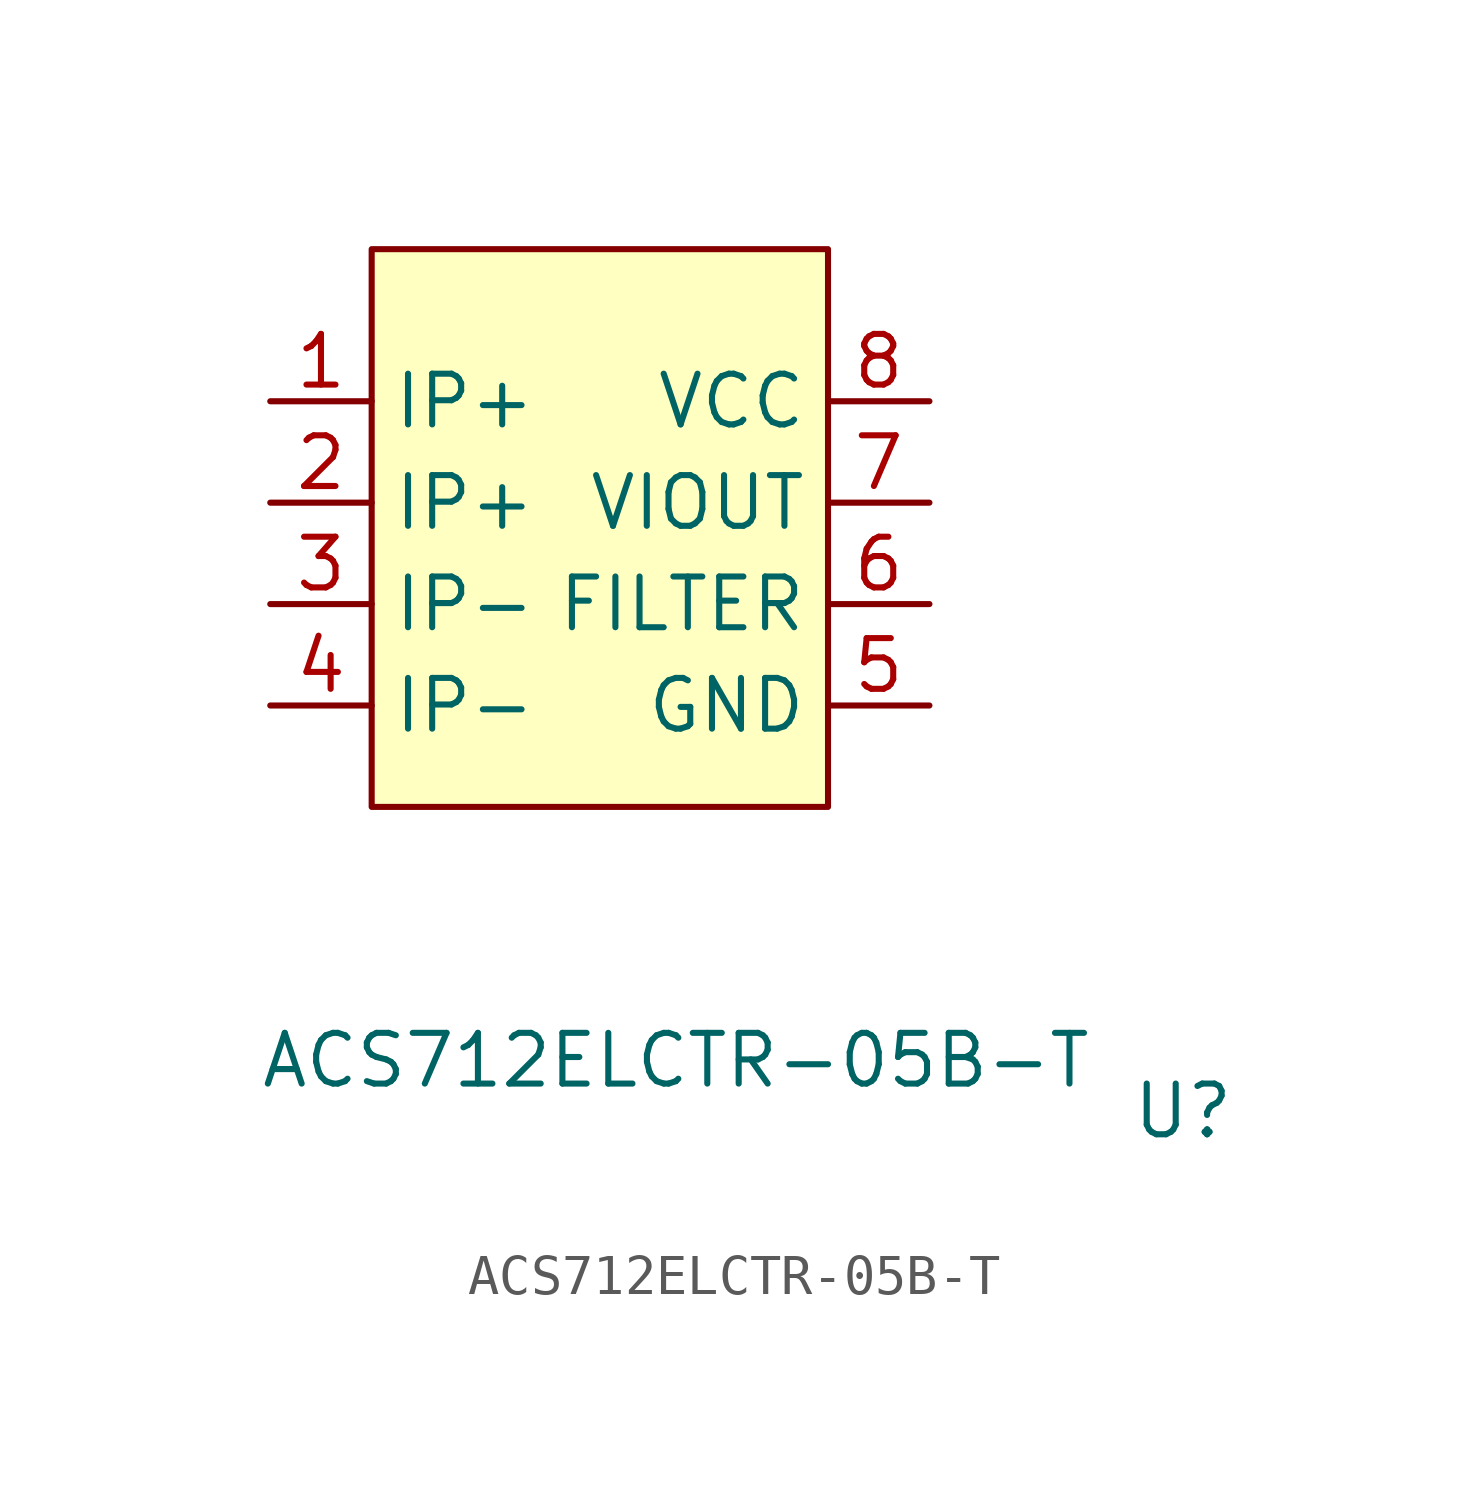
<source format=kicad_sym>
(kicad_symbol_lib
  (version 20211014)
  (generator kicad_symbol_editor)
  (symbol "ACS712ELCTR-05B-T"
    (property "Reference" "U"
      (at 15.24 -13.97 0)
      (effects (font (size 1.27 1.27))))
    (property "Value" "ACS712ELCTR-05B-T"
      (at 2.54 -12.7 0)
      (effects (font (size 1.27 1.27))))
    (symbol "ACS712ELCTR-05B-T_0_1"
      (rectangle (start -5.08 7.62) (end 6.35 -6.35) (stroke (width 0) (type default) (color 0 0 0 0)) (fill (type background))))
    (symbol "ACS712ELCTR-05B-T_1_1"
      (pin input line (at -7.62 3.81 0) (length 2.54) (name "IP+" (effects (font (size 1.27 1.27)))) (number "1" (effects (font (size 1.27 1.27)))))
      (pin input line (at -7.62 1.27 0) (length 2.54) (name "IP+" (effects (font (size 1.27 1.27)))) (number "2" (effects (font (size 1.27 1.27)))))
      (pin input line (at -7.62 -1.27 0) (length 2.54) (name "IP-" (effects (font (size 1.27 1.27)))) (number "3" (effects (font (size 1.27 1.27)))))
      (pin input line (at -7.62 -3.81 0) (length 2.54) (name "IP-" (effects (font (size 1.27 1.27)))) (number "4" (effects (font (size 1.27 1.27)))))
      (pin input line (at 8.89 -3.81 180) (length 2.54) (name "GND" (effects (font (size 1.27 1.27)))) (number "5" (effects (font (size 1.27 1.27)))))
      (pin input line (at 8.89 -1.27 180) (length 2.54) (name "FILTER" (effects (font (size 1.27 1.27)))) (number "6" (effects (font (size 1.27 1.27)))))
      (pin output line (at 8.89 1.27 180) (length 2.54) (name "VIOUT" (effects (font (size 1.27 1.27)))) (number "7" (effects (font (size 1.27 1.27)))))
      (pin input line (at 8.89 3.81 180) (length 2.54) (name "VCC" (effects (font (size 1.27 1.27)))) (number "8" (effects (font (size 1.27 1.27))))))))
</source>
